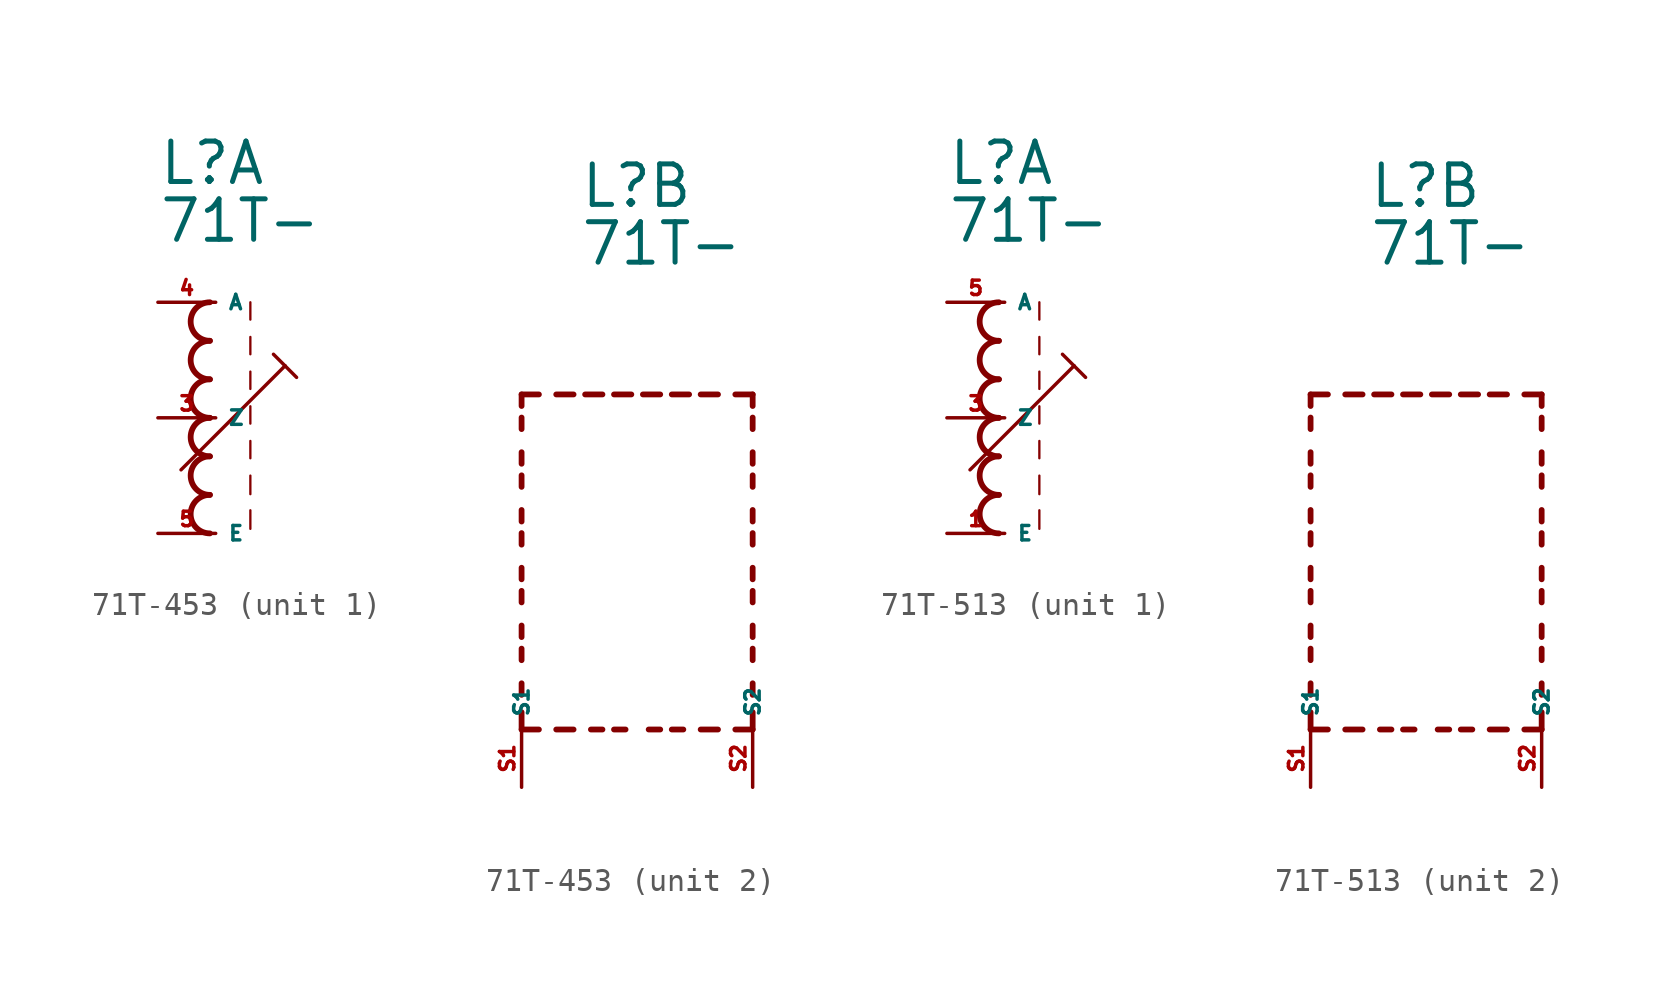
<source format=kicad_sym>
(kicad_symbol_lib
  (version 20220914)
  (generator kicad_symbol_editor)
  (symbol "71T-453"
    (property "Reference" "L"
      (at -2.54 10.16 0)
      (effects (font (size 1.778 1.778) (thickness 0.22)) (justify left bottom)))
    (property "Value" "71T-"
      (at -2.54 7.62 0)
      (effects (font (size 1.778 1.778) (thickness 0.22)) (justify left bottom)))
    (symbol "71T-453_1_0"
      (arc (start -0.254 -3.3866) (mid -1.1004 -4.2333) (end -0.254 -5.08) (stroke (width 0.254) (type default)) (fill (type none)))
      (arc (start -0.254 -1.6932) (mid -1.1004 -2.5399) (end -0.254 -3.3866) (stroke (width 0.254) (type default)) (fill (type none)))
      (arc (start -0.254 0) (mid -1.1004 -0.8467) (end -0.254 -1.6934) (stroke (width 0.254) (type default)) (fill (type none)))
      (arc (start -0.254 1.6934) (mid -1.1004 0.8467) (end -0.254 0) (stroke (width 0.254) (type default)) (fill (type none)))
      (arc (start -0.254 3.3866) (mid -1.1002 2.54) (end -0.254 1.6934) (stroke (width 0.254) (type default)) (fill (type none)))
      (arc (start -0.254 5.08) (mid -1.1004 4.2333) (end -0.254 3.3866) (stroke (width 0.254) (type default)) (fill (type none)))
      (polyline (pts (xy -1.524 -2.286) (xy 3.048 2.286)) (stroke (width 0.152) (type default)) (fill (type none)))
      (polyline (pts (xy 1.524 -4.064) (xy 1.524 -4.88)) (stroke (width 0.102) (type default)) (fill (type none)))
      (polyline (pts (xy 1.524 -2.54) (xy 1.524 -3.356)) (stroke (width 0.102) (type default)) (fill (type none)))
      (polyline (pts (xy 1.524 -1.016) (xy 1.524 -1.778)) (stroke (width 0.102) (type default)) (fill (type none)))
      (polyline (pts (xy 1.524 0.508) (xy 1.524 -0.254)) (stroke (width 0.102) (type default)) (fill (type none)))
      (polyline (pts (xy 1.524 2.032) (xy 1.524 1.27)) (stroke (width 0.102) (type default)) (fill (type none)))
      (polyline (pts (xy 1.524 3.556) (xy 1.524 2.794)) (stroke (width 0.102) (type default)) (fill (type none)))
      (polyline (pts (xy 1.524 5.08) (xy 1.524 4.318)) (stroke (width 0.102) (type default)) (fill (type none)))
      (polyline (pts (xy 2.54 2.794) (xy 3.048 2.286)) (stroke (width 0.152) (type default)) (fill (type none)))
      (polyline (pts (xy 3.048 2.286) (xy 3.556 1.778)) (stroke (width 0.152) (type default)) (fill (type none)))
      (pin passive line (at -2.54 0 0) (length 2.54) (name "Z" (effects (font (size 0.635 0.635)))) (number "3" (effects (font (size 0.635 0.635)))))
      (pin passive line (at -2.54 5.08 0) (length 2.54) (name "A" (effects (font (size 0.635 0.635)))) (number "4" (effects (font (size 0.635 0.635)))))
      (pin passive line (at -2.54 -5.08 0) (length 2.54) (name "E" (effects (font (size 0.635 0.635)))) (number "5" (effects (font (size 0.635 0.635))))))
    (symbol "71T-453_2_0"
      (polyline (pts (xy -5.08 -12.7) (xy -5.08 -11.938)) (stroke (width 0.254) (type default)) (fill (type none)))
      (polyline (pts (xy -5.08 -12.7) (xy -4.318 -12.7)) (stroke (width 0.254) (type default)) (fill (type none)))
      (polyline (pts (xy -5.08 -11.176) (xy -5.08 -10.668)) (stroke (width 0.254) (type default)) (fill (type none)))
      (polyline (pts (xy -5.08 -9.652) (xy -5.08 -9.144)) (stroke (width 0.254) (type default)) (fill (type none)))
      (polyline (pts (xy -5.08 -8.636) (xy -5.08 -8.128)) (stroke (width 0.254) (type default)) (fill (type none)))
      (polyline (pts (xy -5.08 -7.112) (xy -5.08 -6.604)) (stroke (width 0.254) (type default)) (fill (type none)))
      (polyline (pts (xy -5.08 -6.096) (xy -5.08 -5.588)) (stroke (width 0.254) (type default)) (fill (type none)))
      (polyline (pts (xy -5.08 -4.572) (xy -5.08 -4.064)) (stroke (width 0.254) (type default)) (fill (type none)))
      (polyline (pts (xy -5.08 -3.556) (xy -5.08 -3.048)) (stroke (width 0.254) (type default)) (fill (type none)))
      (polyline (pts (xy -5.08 -2.032) (xy -5.08 -1.524)) (stroke (width 0.254) (type default)) (fill (type none)))
      (polyline (pts (xy -5.08 -1.016) (xy -5.08 -0.508)) (stroke (width 0.254) (type default)) (fill (type none)))
      (polyline (pts (xy -5.08 0.508) (xy -5.08 1.016)) (stroke (width 0.254) (type default)) (fill (type none)))
      (polyline (pts (xy -5.08 1.524) (xy -5.08 2.032)) (stroke (width 0.254) (type default)) (fill (type none)))
      (polyline (pts (xy -5.08 2.032) (xy -4.318 2.032)) (stroke (width 0.254) (type default)) (fill (type none)))
      (polyline (pts (xy -3.556 -12.7) (xy -2.794 -12.7)) (stroke (width 0.254) (type default)) (fill (type none)))
      (polyline (pts (xy -3.556 2.032) (xy -2.794 2.032)) (stroke (width 0.254) (type default)) (fill (type none)))
      (polyline (pts (xy -1.524 -12.7) (xy -2.032 -12.7)) (stroke (width 0.254) (type default)) (fill (type none)))
      (polyline (pts (xy -1.524 2.032) (xy -2.286 2.032)) (stroke (width 0.254) (type default)) (fill (type none)))
      (polyline (pts (xy -1.016 2.032) (xy -0.254 2.032)) (stroke (width 0.254) (type default)) (fill (type none)))
      (polyline (pts (xy -0.508 -12.7) (xy -1.016 -12.7)) (stroke (width 0.254) (type default)) (fill (type none)))
      (polyline (pts (xy 1.016 -12.7) (xy 0.508 -12.7)) (stroke (width 0.254) (type default)) (fill (type none)))
      (polyline (pts (xy 1.016 2.032) (xy 0.254 2.032)) (stroke (width 0.254) (type default)) (fill (type none)))
      (polyline (pts (xy 1.524 2.032) (xy 2.286 2.032)) (stroke (width 0.254) (type default)) (fill (type none)))
      (polyline (pts (xy 2.032 -12.7) (xy 1.524 -12.7)) (stroke (width 0.254) (type default)) (fill (type none)))
      (polyline (pts (xy 3.556 -12.7) (xy 2.794 -12.7)) (stroke (width 0.254) (type default)) (fill (type none)))
      (polyline (pts (xy 3.556 2.032) (xy 2.794 2.032)) (stroke (width 0.254) (type default)) (fill (type none)))
      (polyline (pts (xy 5.08 -12.7) (xy 4.318 -12.7)) (stroke (width 0.254) (type default)) (fill (type none)))
      (polyline (pts (xy 5.08 -12.7) (xy 5.08 -11.938)) (stroke (width 0.254) (type default)) (fill (type none)))
      (polyline (pts (xy 5.08 -11.176) (xy 5.08 -10.668)) (stroke (width 0.254) (type default)) (fill (type none)))
      (polyline (pts (xy 5.08 -9.652) (xy 5.08 -9.144)) (stroke (width 0.254) (type default)) (fill (type none)))
      (polyline (pts (xy 5.08 -8.636) (xy 5.08 -8.128)) (stroke (width 0.254) (type default)) (fill (type none)))
      (polyline (pts (xy 5.08 -7.112) (xy 5.08 -6.604)) (stroke (width 0.254) (type default)) (fill (type none)))
      (polyline (pts (xy 5.08 -6.096) (xy 5.08 -5.588)) (stroke (width 0.254) (type default)) (fill (type none)))
      (polyline (pts (xy 5.08 -4.572) (xy 5.08 -4.064)) (stroke (width 0.254) (type default)) (fill (type none)))
      (polyline (pts (xy 5.08 -3.556) (xy 5.08 -3.048)) (stroke (width 0.254) (type default)) (fill (type none)))
      (polyline (pts (xy 5.08 -2.032) (xy 5.08 -1.524)) (stroke (width 0.254) (type default)) (fill (type none)))
      (polyline (pts (xy 5.08 -1.016) (xy 5.08 -0.508)) (stroke (width 0.254) (type default)) (fill (type none)))
      (polyline (pts (xy 5.08 0.508) (xy 5.08 1.016)) (stroke (width 0.254) (type default)) (fill (type none)))
      (polyline (pts (xy 5.08 1.524) (xy 5.08 2.032)) (stroke (width 0.254) (type default)) (fill (type none)))
      (polyline (pts (xy 5.08 2.032) (xy 4.318 2.032)) (stroke (width 0.254) (type default)) (fill (type none)))
      (pin passive line (at -5.08 -15.24 90) (length 2.54) (name "S1" (effects (font (size 0.635 0.635)))) (number "S1" (effects (font (size 0.635 0.635)))))
      (pin passive line (at 5.08 -15.24 90) (length 2.54) (name "S2" (effects (font (size 0.635 0.635)))) (number "S2" (effects (font (size 0.635 0.635)))))))
  (symbol "71T-513"
    (property "Reference" "L"
      (at -2.54 10.16 0)
      (effects (font (size 1.778 1.778) (thickness 0.22)) (justify left bottom)))
    (property "Value" "71T-"
      (at -2.54 7.62 0)
      (effects (font (size 1.778 1.778) (thickness 0.22)) (justify left bottom)))
    (symbol "71T-513_1_0"
      (arc (start -0.254 -3.3866) (mid -1.1004 -4.2333) (end -0.254 -5.08) (stroke (width 0.254) (type default)) (fill (type none)))
      (arc (start -0.254 -1.6932) (mid -1.1004 -2.5399) (end -0.254 -3.3866) (stroke (width 0.254) (type default)) (fill (type none)))
      (arc (start -0.254 0) (mid -1.1004 -0.8467) (end -0.254 -1.6934) (stroke (width 0.254) (type default)) (fill (type none)))
      (arc (start -0.254 1.6934) (mid -1.1004 0.8467) (end -0.254 0) (stroke (width 0.254) (type default)) (fill (type none)))
      (arc (start -0.254 3.3866) (mid -1.1002 2.54) (end -0.254 1.6934) (stroke (width 0.254) (type default)) (fill (type none)))
      (arc (start -0.254 5.08) (mid -1.1004 4.2333) (end -0.254 3.3866) (stroke (width 0.254) (type default)) (fill (type none)))
      (polyline (pts (xy -1.524 -2.286) (xy 3.048 2.286)) (stroke (width 0.152) (type default)) (fill (type none)))
      (polyline (pts (xy 1.524 -4.064) (xy 1.524 -4.88)) (stroke (width 0.102) (type default)) (fill (type none)))
      (polyline (pts (xy 1.524 -2.54) (xy 1.524 -3.356)) (stroke (width 0.102) (type default)) (fill (type none)))
      (polyline (pts (xy 1.524 -1.016) (xy 1.524 -1.778)) (stroke (width 0.102) (type default)) (fill (type none)))
      (polyline (pts (xy 1.524 0.508) (xy 1.524 -0.254)) (stroke (width 0.102) (type default)) (fill (type none)))
      (polyline (pts (xy 1.524 2.032) (xy 1.524 1.27)) (stroke (width 0.102) (type default)) (fill (type none)))
      (polyline (pts (xy 1.524 3.556) (xy 1.524 2.794)) (stroke (width 0.102) (type default)) (fill (type none)))
      (polyline (pts (xy 1.524 5.08) (xy 1.524 4.318)) (stroke (width 0.102) (type default)) (fill (type none)))
      (polyline (pts (xy 2.54 2.794) (xy 3.048 2.286)) (stroke (width 0.152) (type default)) (fill (type none)))
      (polyline (pts (xy 3.048 2.286) (xy 3.556 1.778)) (stroke (width 0.152) (type default)) (fill (type none)))
      (pin passive line (at -2.54 -5.08 0) (length 2.54) (name "E" (effects (font (size 0.635 0.635)))) (number "1" (effects (font (size 0.635 0.635)))))
      (pin passive line (at -2.54 0 0) (length 2.54) (name "Z" (effects (font (size 0.635 0.635)))) (number "3" (effects (font (size 0.635 0.635)))))
      (pin passive line (at -2.54 5.08 0) (length 2.54) (name "A" (effects (font (size 0.635 0.635)))) (number "5" (effects (font (size 0.635 0.635))))))
    (symbol "71T-513_2_0"
      (polyline (pts (xy -5.08 -12.7) (xy -5.08 -11.938)) (stroke (width 0.254) (type default)) (fill (type none)))
      (polyline (pts (xy -5.08 -12.7) (xy -4.318 -12.7)) (stroke (width 0.254) (type default)) (fill (type none)))
      (polyline (pts (xy -5.08 -11.176) (xy -5.08 -10.668)) (stroke (width 0.254) (type default)) (fill (type none)))
      (polyline (pts (xy -5.08 -9.652) (xy -5.08 -9.144)) (stroke (width 0.254) (type default)) (fill (type none)))
      (polyline (pts (xy -5.08 -8.636) (xy -5.08 -8.128)) (stroke (width 0.254) (type default)) (fill (type none)))
      (polyline (pts (xy -5.08 -7.112) (xy -5.08 -6.604)) (stroke (width 0.254) (type default)) (fill (type none)))
      (polyline (pts (xy -5.08 -6.096) (xy -5.08 -5.588)) (stroke (width 0.254) (type default)) (fill (type none)))
      (polyline (pts (xy -5.08 -4.572) (xy -5.08 -4.064)) (stroke (width 0.254) (type default)) (fill (type none)))
      (polyline (pts (xy -5.08 -3.556) (xy -5.08 -3.048)) (stroke (width 0.254) (type default)) (fill (type none)))
      (polyline (pts (xy -5.08 -2.032) (xy -5.08 -1.524)) (stroke (width 0.254) (type default)) (fill (type none)))
      (polyline (pts (xy -5.08 -1.016) (xy -5.08 -0.508)) (stroke (width 0.254) (type default)) (fill (type none)))
      (polyline (pts (xy -5.08 0.508) (xy -5.08 1.016)) (stroke (width 0.254) (type default)) (fill (type none)))
      (polyline (pts (xy -5.08 1.524) (xy -5.08 2.032)) (stroke (width 0.254) (type default)) (fill (type none)))
      (polyline (pts (xy -5.08 2.032) (xy -4.318 2.032)) (stroke (width 0.254) (type default)) (fill (type none)))
      (polyline (pts (xy -3.556 -12.7) (xy -2.794 -12.7)) (stroke (width 0.254) (type default)) (fill (type none)))
      (polyline (pts (xy -3.556 2.032) (xy -2.794 2.032)) (stroke (width 0.254) (type default)) (fill (type none)))
      (polyline (pts (xy -1.524 -12.7) (xy -2.032 -12.7)) (stroke (width 0.254) (type default)) (fill (type none)))
      (polyline (pts (xy -1.524 2.032) (xy -2.286 2.032)) (stroke (width 0.254) (type default)) (fill (type none)))
      (polyline (pts (xy -1.016 2.032) (xy -0.254 2.032)) (stroke (width 0.254) (type default)) (fill (type none)))
      (polyline (pts (xy -0.508 -12.7) (xy -1.016 -12.7)) (stroke (width 0.254) (type default)) (fill (type none)))
      (polyline (pts (xy 1.016 -12.7) (xy 0.508 -12.7)) (stroke (width 0.254) (type default)) (fill (type none)))
      (polyline (pts (xy 1.016 2.032) (xy 0.254 2.032)) (stroke (width 0.254) (type default)) (fill (type none)))
      (polyline (pts (xy 1.524 2.032) (xy 2.286 2.032)) (stroke (width 0.254) (type default)) (fill (type none)))
      (polyline (pts (xy 2.032 -12.7) (xy 1.524 -12.7)) (stroke (width 0.254) (type default)) (fill (type none)))
      (polyline (pts (xy 3.556 -12.7) (xy 2.794 -12.7)) (stroke (width 0.254) (type default)) (fill (type none)))
      (polyline (pts (xy 3.556 2.032) (xy 2.794 2.032)) (stroke (width 0.254) (type default)) (fill (type none)))
      (polyline (pts (xy 5.08 -12.7) (xy 4.318 -12.7)) (stroke (width 0.254) (type default)) (fill (type none)))
      (polyline (pts (xy 5.08 -12.7) (xy 5.08 -11.938)) (stroke (width 0.254) (type default)) (fill (type none)))
      (polyline (pts (xy 5.08 -11.176) (xy 5.08 -10.668)) (stroke (width 0.254) (type default)) (fill (type none)))
      (polyline (pts (xy 5.08 -9.652) (xy 5.08 -9.144)) (stroke (width 0.254) (type default)) (fill (type none)))
      (polyline (pts (xy 5.08 -8.636) (xy 5.08 -8.128)) (stroke (width 0.254) (type default)) (fill (type none)))
      (polyline (pts (xy 5.08 -7.112) (xy 5.08 -6.604)) (stroke (width 0.254) (type default)) (fill (type none)))
      (polyline (pts (xy 5.08 -6.096) (xy 5.08 -5.588)) (stroke (width 0.254) (type default)) (fill (type none)))
      (polyline (pts (xy 5.08 -4.572) (xy 5.08 -4.064)) (stroke (width 0.254) (type default)) (fill (type none)))
      (polyline (pts (xy 5.08 -3.556) (xy 5.08 -3.048)) (stroke (width 0.254) (type default)) (fill (type none)))
      (polyline (pts (xy 5.08 -2.032) (xy 5.08 -1.524)) (stroke (width 0.254) (type default)) (fill (type none)))
      (polyline (pts (xy 5.08 -1.016) (xy 5.08 -0.508)) (stroke (width 0.254) (type default)) (fill (type none)))
      (polyline (pts (xy 5.08 0.508) (xy 5.08 1.016)) (stroke (width 0.254) (type default)) (fill (type none)))
      (polyline (pts (xy 5.08 1.524) (xy 5.08 2.032)) (stroke (width 0.254) (type default)) (fill (type none)))
      (polyline (pts (xy 5.08 2.032) (xy 4.318 2.032)) (stroke (width 0.254) (type default)) (fill (type none)))
      (pin passive line (at -5.08 -15.24 90) (length 2.54) (name "S1" (effects (font (size 0.635 0.635)))) (number "S1" (effects (font (size 0.635 0.635)))))
      (pin passive line (at 5.08 -15.24 90) (length 2.54) (name "S2" (effects (font (size 0.635 0.635)))) (number "S2" (effects (font (size 0.635 0.635))))))))
</source>
